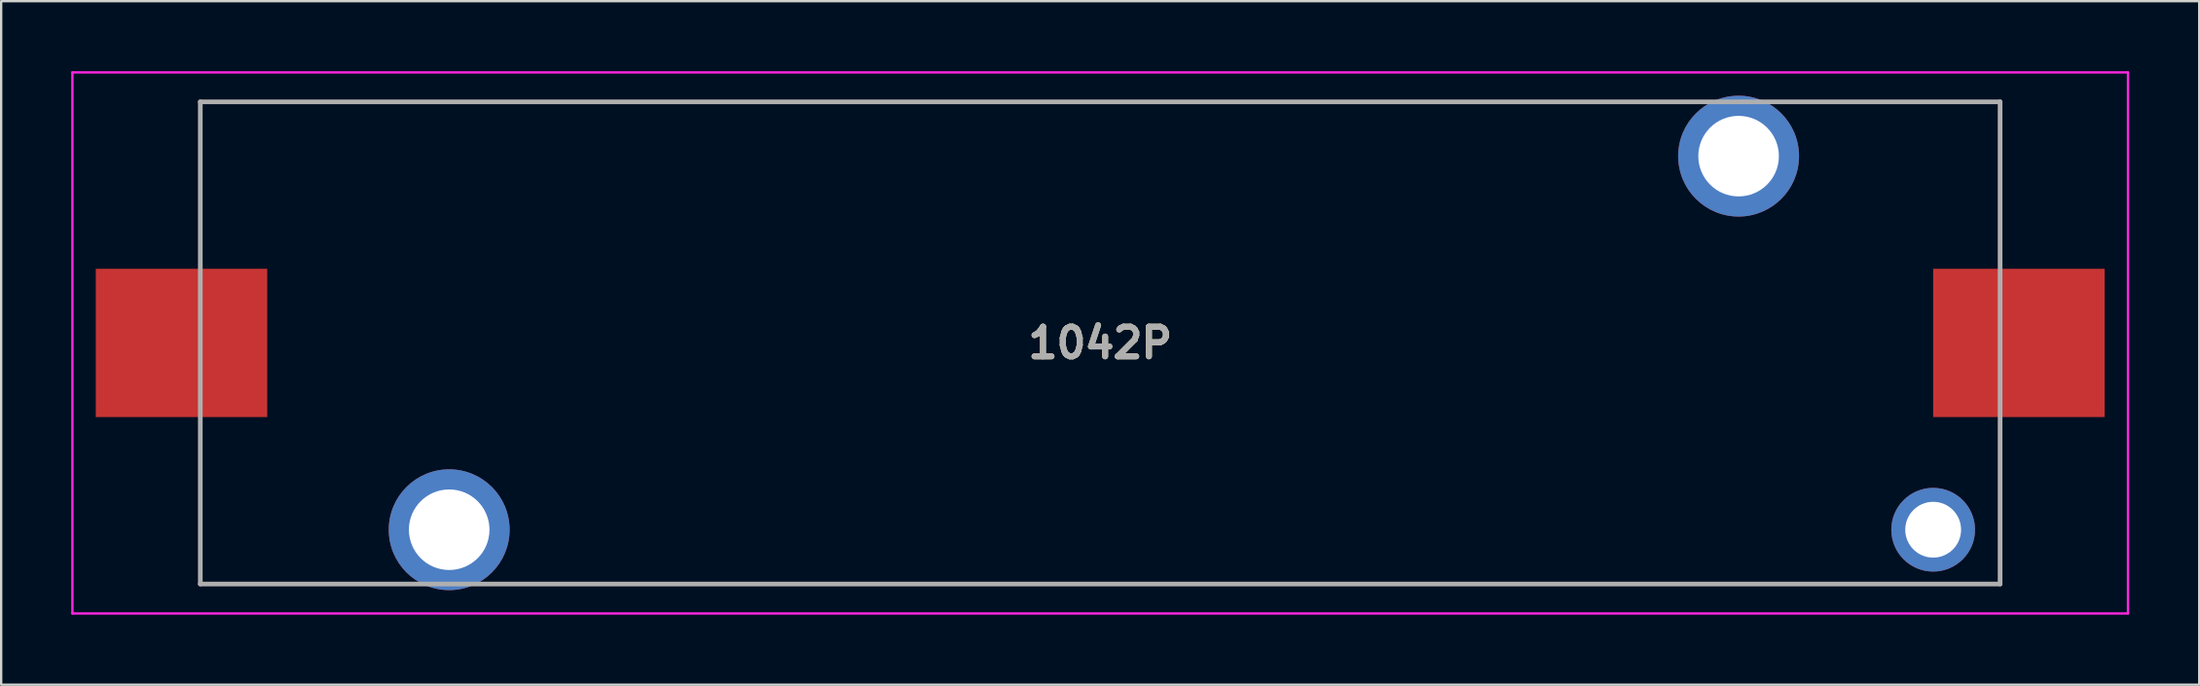
<source format=kicad_pcb>
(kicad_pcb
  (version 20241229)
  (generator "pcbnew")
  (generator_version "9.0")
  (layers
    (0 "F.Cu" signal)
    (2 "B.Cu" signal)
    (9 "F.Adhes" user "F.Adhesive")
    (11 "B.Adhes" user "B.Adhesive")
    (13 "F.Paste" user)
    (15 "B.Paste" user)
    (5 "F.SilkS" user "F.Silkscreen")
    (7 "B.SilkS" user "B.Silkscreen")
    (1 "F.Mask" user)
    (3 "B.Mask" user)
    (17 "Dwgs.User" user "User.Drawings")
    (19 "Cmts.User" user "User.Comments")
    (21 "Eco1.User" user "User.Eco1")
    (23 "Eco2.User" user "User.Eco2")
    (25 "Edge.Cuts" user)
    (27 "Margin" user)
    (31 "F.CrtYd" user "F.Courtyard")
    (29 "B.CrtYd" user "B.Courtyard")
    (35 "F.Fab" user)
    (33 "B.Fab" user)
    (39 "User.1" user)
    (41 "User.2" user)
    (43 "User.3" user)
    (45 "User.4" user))
  (footprint "1042P"
    (layer "F.Cu")
    (at 44.05 11.637)
    (property "Reference" "1042P" (at 0 0 0) (layer "F.SilkS") (effects (font (size 1.27 1.27) (thickness 0.254))))
    (attr through_hole)
    (fp_line (start -38.525 -10.325) (end -38.525 -5.08) (stroke (width 0.1) (type solid)) (layer "F.SilkS"))
    (fp_line (start -38.525 5.08) (end -38.525 10.325) (stroke (width 0.1) (type solid)) (layer "F.SilkS"))
    (fp_line (start -38.525 10.325) (end -35.56 10.325) (stroke (width 0.1) (type solid)) (layer "F.SilkS"))
    (fp_line (start 20.32 -10.325) (end -38.525 -10.325) (stroke (width 0.1) (type solid)) (layer "F.SilkS"))
    (fp_line (start 25.4 -10.325) (end 38.525 -10.325) (stroke (width 0.1) (type solid)) (layer "F.SilkS"))
    (fp_line (start 38.525 -10.325) (end 38.525 -5.08) (stroke (width 0.1) (type solid)) (layer "F.SilkS"))
    (fp_line (start 38.525 5.08) (end 38.525 10.325) (stroke (width 0.1) (type solid)) (layer "F.SilkS"))
    (fp_line (start 38.525 10.325) (end -27.94 10.325) (stroke (width 0.1) (type solid)) (layer "F.SilkS"))
    (fp_line (start -44 -11.587) (end 44 -11.587) (stroke (width 0.1) (type solid)) (layer "F.CrtYd"))
    (fp_line (start -44 11.587) (end -44 -11.587) (stroke (width 0.1) (type solid)) (layer "F.CrtYd"))
    (fp_line (start 44 -11.587) (end 44 11.587) (stroke (width 0.1) (type solid)) (layer "F.CrtYd"))
    (fp_line (start 44 11.587) (end -44 11.587) (stroke (width 0.1) (type solid)) (layer "F.CrtYd"))
    (fp_line (start -38.525 -10.325) (end 38.525 -10.325) (stroke (width 0.2) (type solid)) (layer "F.Fab"))
    (fp_line (start -38.525 10.325) (end -38.525 -10.325) (stroke (width 0.2) (type solid)) (layer "F.Fab"))
    (fp_line (start 38.525 -10.325) (end 38.525 10.325) (stroke (width 0.2) (type solid)) (layer "F.Fab"))
    (fp_line (start 38.525 10.325) (end -38.525 10.325) (stroke (width 0.2) (type solid)) (layer "F.Fab"))
    (fp_text user "${REFERENCE}" (at 0 0 0) (layer "F.Fab") (effects (font (size 1.27 1.27) (thickness 0.254))))
    (pad "1" thru_hole circle (at -27.87 8) (size 5.175 5.175) (drill 3.45) (layers "*.Cu" "*.Mask"))
    (pad "2" thru_hole circle (at 27.33 -8) (size 5.175 5.175) (drill 3.45) (layers "*.Cu" "*.Mask"))
    (pad "3" thru_hole circle (at 35.66 8) (size 3.585 3.585) (drill 2.39) (layers "*.Cu" "*.Mask"))
    (pad "4" smd rect (at -39.33 0 90) (size 6.35 7.34) (layers "F.Cu" "F.Mask" "F.Paste"))
    (pad "5" smd rect (at 39.33 0 90) (size 6.35 7.34) (layers "F.Cu" "F.Mask" "F.Paste")))
  (gr_rect
    (start -3 -3)
    (end 91.1 26.274)
    (stroke (width 0.1) (type default))
    (fill no)
    (layer "Edge.Cuts")))
</source>
